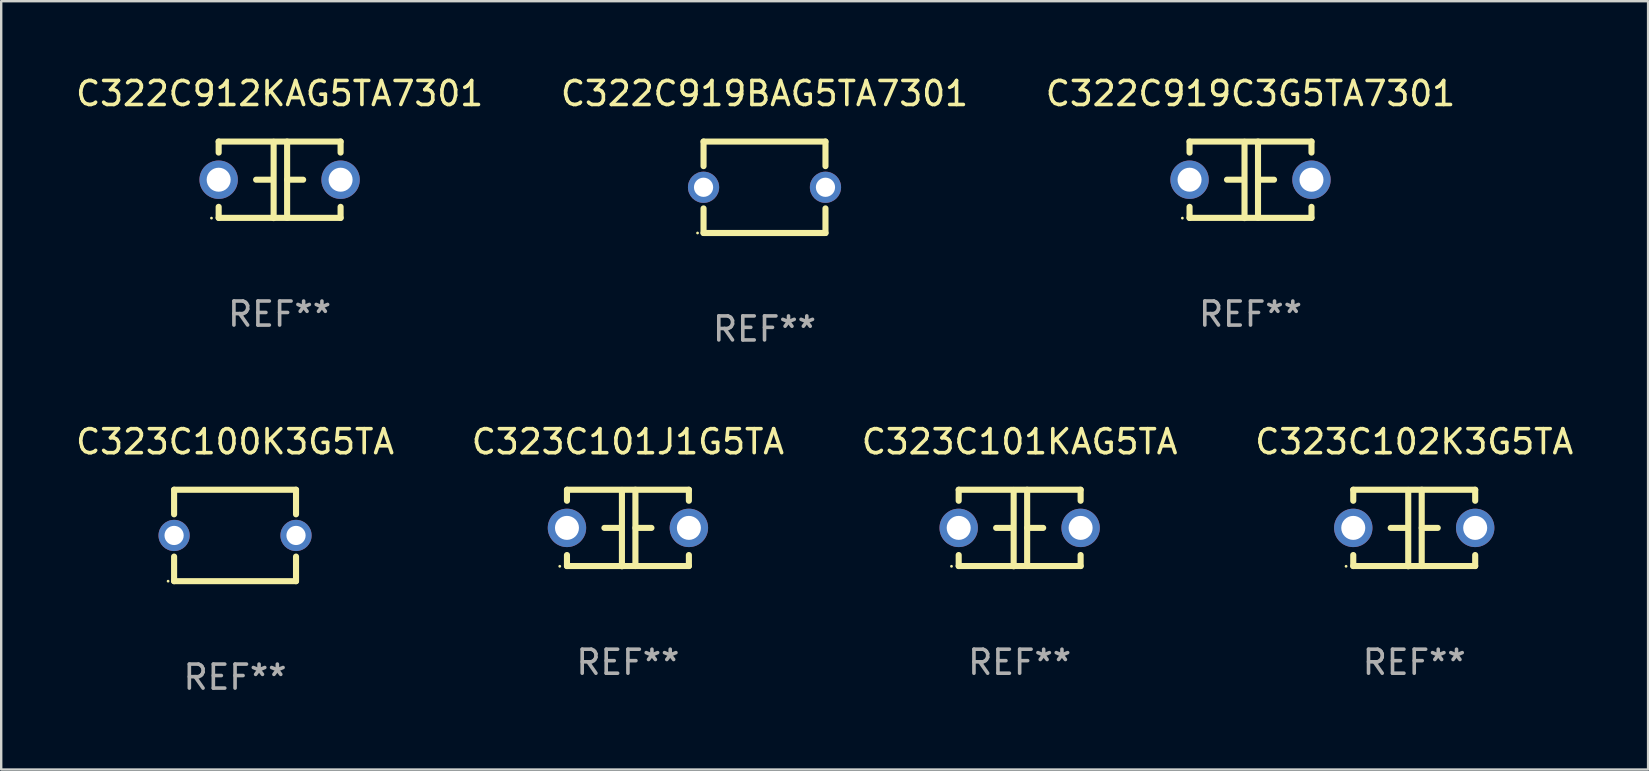
<source format=kicad_pcb>
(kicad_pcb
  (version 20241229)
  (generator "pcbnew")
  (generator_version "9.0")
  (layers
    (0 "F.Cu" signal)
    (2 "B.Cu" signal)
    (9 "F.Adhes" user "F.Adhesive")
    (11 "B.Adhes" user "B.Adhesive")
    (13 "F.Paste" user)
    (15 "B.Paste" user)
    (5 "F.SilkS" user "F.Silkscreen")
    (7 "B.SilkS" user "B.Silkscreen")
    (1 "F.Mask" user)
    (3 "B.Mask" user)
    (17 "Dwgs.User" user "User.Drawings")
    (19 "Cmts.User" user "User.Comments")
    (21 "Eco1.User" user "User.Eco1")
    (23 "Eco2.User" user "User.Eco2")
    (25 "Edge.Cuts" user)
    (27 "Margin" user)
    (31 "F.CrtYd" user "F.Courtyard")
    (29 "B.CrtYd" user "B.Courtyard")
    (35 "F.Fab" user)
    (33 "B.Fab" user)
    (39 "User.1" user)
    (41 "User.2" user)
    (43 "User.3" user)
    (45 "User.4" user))
  (footprint "C322C919C3G5TA7301"
    (layer "F.Cu")
    (at 49.054 4.443)
    (property "Reference" "C322C919C3G5TA7301" (at 0 -3.595 0) (layer "F.SilkS") (effects (font (size 1 1) (thickness 0.15))))
    (attr through_hole)
    (fp_line (start -2.54 -1.595) (end -2.54 -1.136) (stroke (width 0.254) (type solid)) (layer "F.SilkS"))
    (fp_line (start -2.54 -1.595) (end 2.54 -1.595) (stroke (width 0.254) (type solid)) (layer "F.SilkS"))
    (fp_line (start -2.54 1.126) (end -2.54 1.585) (stroke (width 0.254) (type solid)) (layer "F.SilkS"))
    (fp_line (start -0.312 -0.005) (end -0.98 -0.005) (stroke (width 0.254) (type solid)) (layer "F.SilkS"))
    (fp_line (start -0.25 -1.585) (end -0.25 1.595) (stroke (width 0.254) (type solid)) (layer "F.SilkS"))
    (fp_line (start 0.312 -1.595) (end 0.312 1.585) (stroke (width 0.254) (type solid)) (layer "F.SilkS"))
    (fp_line (start 0.312 -0.005) (end 0.98 -0.005) (stroke (width 0.254) (type solid)) (layer "F.SilkS"))
    (fp_line (start 2.54 -1.595) (end 2.54 -1.136) (stroke (width 0.254) (type solid)) (layer "F.SilkS"))
    (fp_line (start 2.54 1.126) (end 2.54 1.585) (stroke (width 0.254) (type solid)) (layer "F.SilkS"))
    (fp_line (start 2.54 1.585) (end -2.54 1.585) (stroke (width 0.254) (type solid)) (layer "F.SilkS"))
    (fp_circle (center -2.84 1.595) (end -2.81 1.595) (stroke (width 0.06) (type solid)) (fill no) (layer "F.SilkS"))
    (fp_text user "REF**" (at 0 5.595 0) (layer "F.Fab") (effects (font (size 1 1) (thickness 0.15))))
    (pad "1" thru_hole circle (at -2.54 -0.005) (size 1.6 1.6) (drill 1) (layers "*.Cu" "*.Mask"))
    (pad "2" thru_hole circle (at 2.54 -0.005) (size 1.6 1.6) (drill 1) (layers "*.Cu" "*.Mask")))
  (footprint "C323C101KAG5TA"
    (layer "F.Cu")
    (at 39.435 18.95)
    (property "Reference" "C323C101KAG5TA" (at 0 -3.595 0) (layer "F.SilkS") (effects (font (size 1 1) (thickness 0.15))))
    (attr through_hole)
    (fp_line (start -2.54 -1.595) (end -2.54 -1.136) (stroke (width 0.254) (type solid)) (layer "F.SilkS"))
    (fp_line (start -2.54 -1.595) (end 2.54 -1.595) (stroke (width 0.254) (type solid)) (layer "F.SilkS"))
    (fp_line (start -2.54 1.126) (end -2.54 1.585) (stroke (width 0.254) (type solid)) (layer "F.SilkS"))
    (fp_line (start -0.312 -0.005) (end -0.98 -0.005) (stroke (width 0.254) (type solid)) (layer "F.SilkS"))
    (fp_line (start -0.25 -1.585) (end -0.25 1.595) (stroke (width 0.254) (type solid)) (layer "F.SilkS"))
    (fp_line (start 0.312 -1.595) (end 0.312 1.585) (stroke (width 0.254) (type solid)) (layer "F.SilkS"))
    (fp_line (start 0.312 -0.005) (end 0.98 -0.005) (stroke (width 0.254) (type solid)) (layer "F.SilkS"))
    (fp_line (start 2.54 -1.595) (end 2.54 -1.136) (stroke (width 0.254) (type solid)) (layer "F.SilkS"))
    (fp_line (start 2.54 1.126) (end 2.54 1.585) (stroke (width 0.254) (type solid)) (layer "F.SilkS"))
    (fp_line (start 2.54 1.585) (end -2.54 1.585) (stroke (width 0.254) (type solid)) (layer "F.SilkS"))
    (fp_circle (center -2.84 1.595) (end -2.81 1.595) (stroke (width 0.06) (type solid)) (fill no) (layer "F.SilkS"))
    (fp_text user "REF**" (at 0 5.595 0) (layer "F.Fab") (effects (font (size 1 1) (thickness 0.15))))
    (pad "1" thru_hole circle (at -2.54 -0.005) (size 1.6 1.6) (drill 1) (layers "*.Cu" "*.Mask"))
    (pad "2" thru_hole circle (at 2.54 -0.005) (size 1.6 1.6) (drill 1) (layers "*.Cu" "*.Mask")))
  (footprint "C323C102K3G5TA"
    (layer "F.Cu")
    (at 55.875 18.95)
    (property "Reference" "C323C102K3G5TA" (at 0 -3.595 0) (layer "F.SilkS") (effects (font (size 1 1) (thickness 0.15))))
    (attr through_hole)
    (fp_line (start -2.54 -1.595) (end -2.54 -1.136) (stroke (width 0.254) (type solid)) (layer "F.SilkS"))
    (fp_line (start -2.54 -1.595) (end 2.54 -1.595) (stroke (width 0.254) (type solid)) (layer "F.SilkS"))
    (fp_line (start -2.54 1.126) (end -2.54 1.585) (stroke (width 0.254) (type solid)) (layer "F.SilkS"))
    (fp_line (start -0.312 -0.005) (end -0.98 -0.005) (stroke (width 0.254) (type solid)) (layer "F.SilkS"))
    (fp_line (start -0.25 -1.585) (end -0.25 1.595) (stroke (width 0.254) (type solid)) (layer "F.SilkS"))
    (fp_line (start 0.312 -1.595) (end 0.312 1.585) (stroke (width 0.254) (type solid)) (layer "F.SilkS"))
    (fp_line (start 0.312 -0.005) (end 0.98 -0.005) (stroke (width 0.254) (type solid)) (layer "F.SilkS"))
    (fp_line (start 2.54 -1.595) (end 2.54 -1.136) (stroke (width 0.254) (type solid)) (layer "F.SilkS"))
    (fp_line (start 2.54 1.126) (end 2.54 1.585) (stroke (width 0.254) (type solid)) (layer "F.SilkS"))
    (fp_line (start 2.54 1.585) (end -2.54 1.585) (stroke (width 0.254) (type solid)) (layer "F.SilkS"))
    (fp_circle (center -2.84 1.595) (end -2.81 1.595) (stroke (width 0.06) (type solid)) (fill no) (layer "F.SilkS"))
    (fp_text user "REF**" (at 0 5.595 0) (layer "F.Fab") (effects (font (size 1 1) (thickness 0.15))))
    (pad "1" thru_hole circle (at -2.54 -0.005) (size 1.6 1.6) (drill 1) (layers "*.Cu" "*.Mask"))
    (pad "2" thru_hole circle (at 2.54 -0.005) (size 1.6 1.6) (drill 1) (layers "*.Cu" "*.Mask")))
  (footprint "C322C912KAG5TA7301"
    (layer "F.Cu")
    (at 8.601 4.443)
    (property "Reference" "C322C912KAG5TA7301" (at 0 -3.595 0) (layer "F.SilkS") (effects (font (size 1 1) (thickness 0.15))))
    (attr through_hole)
    (fp_line (start -2.54 -1.595) (end -2.54 -1.136) (stroke (width 0.254) (type solid)) (layer "F.SilkS"))
    (fp_line (start -2.54 -1.595) (end 2.54 -1.595) (stroke (width 0.254) (type solid)) (layer "F.SilkS"))
    (fp_line (start -2.54 1.126) (end -2.54 1.585) (stroke (width 0.254) (type solid)) (layer "F.SilkS"))
    (fp_line (start -0.312 -0.005) (end -0.98 -0.005) (stroke (width 0.254) (type solid)) (layer "F.SilkS"))
    (fp_line (start -0.25 -1.585) (end -0.25 1.595) (stroke (width 0.254) (type solid)) (layer "F.SilkS"))
    (fp_line (start 0.312 -1.595) (end 0.312 1.585) (stroke (width 0.254) (type solid)) (layer "F.SilkS"))
    (fp_line (start 0.312 -0.005) (end 0.98 -0.005) (stroke (width 0.254) (type solid)) (layer "F.SilkS"))
    (fp_line (start 2.54 -1.595) (end 2.54 -1.136) (stroke (width 0.254) (type solid)) (layer "F.SilkS"))
    (fp_line (start 2.54 1.126) (end 2.54 1.585) (stroke (width 0.254) (type solid)) (layer "F.SilkS"))
    (fp_line (start 2.54 1.585) (end -2.54 1.585) (stroke (width 0.254) (type solid)) (layer "F.SilkS"))
    (fp_circle (center -2.84 1.595) (end -2.81 1.595) (stroke (width 0.06) (type solid)) (fill no) (layer "F.SilkS"))
    (fp_text user "REF**" (at 0 5.595 0) (layer "F.Fab") (effects (font (size 1 1) (thickness 0.15))))
    (pad "1" thru_hole circle (at -2.54 -0.005) (size 1.6 1.6) (drill 1) (layers "*.Cu" "*.Mask"))
    (pad "2" thru_hole circle (at 2.54 -0.005) (size 1.6 1.6) (drill 1) (layers "*.Cu" "*.Mask")))
  (footprint "C323C100K3G5TA"
    (layer "F.Cu")
    (at 6.744 19.26)
    (property "Reference" "C323C100K3G5TA" (at 0 -3.905 0) (layer "F.SilkS") (effects (font (size 1 1) (thickness 0.15))))
    (attr through_hole)
    (fp_line (start -2.54 -1.905) (end -2.54 -0.881) (stroke (width 0.254) (type solid)) (layer "F.SilkS"))
    (fp_line (start -2.54 0.881) (end -2.54 1.905) (stroke (width 0.254) (type solid)) (layer "F.SilkS"))
    (fp_line (start -2.54 1.905) (end 2.54 1.905) (stroke (width 0.254) (type solid)) (layer "F.SilkS"))
    (fp_line (start 2.54 -1.905) (end -2.54 -1.905) (stroke (width 0.254) (type solid)) (layer "F.SilkS"))
    (fp_line (start 2.54 -0.881) (end 2.54 -1.905) (stroke (width 0.254) (type solid)) (layer "F.SilkS"))
    (fp_line (start 2.54 1.905) (end 2.54 0.881) (stroke (width 0.254) (type solid)) (layer "F.SilkS"))
    (fp_circle (center -2.79 1.905) (end -2.76 1.905) (stroke (width 0.06) (type solid)) (fill no) (layer "F.SilkS"))
    (fp_text user "REF**" (at 0 5.905 0) (layer "F.Fab") (effects (font (size 1 1) (thickness 0.15))))
    (pad "1" thru_hole circle (at -2.54 0) (size 1.3 1.3) (drill 0.8) (layers "*.Cu" "*.Mask"))
    (pad "2" thru_hole circle (at 2.54 0) (size 1.3 1.3) (drill 0.8) (layers "*.Cu" "*.Mask")))
  (footprint "C322C919BAG5TA7301"
    (layer "F.Cu")
    (at 28.804 4.753)
    (property "Reference" "C322C919BAG5TA7301" (at 0 -3.905 0) (layer "F.SilkS") (effects (font (size 1 1) (thickness 0.15))))
    (attr through_hole)
    (fp_line (start -2.54 -1.905) (end -2.54 -0.881) (stroke (width 0.254) (type solid)) (layer "F.SilkS"))
    (fp_line (start -2.54 0.881) (end -2.54 1.905) (stroke (width 0.254) (type solid)) (layer "F.SilkS"))
    (fp_line (start -2.54 1.905) (end 2.54 1.905) (stroke (width 0.254) (type solid)) (layer "F.SilkS"))
    (fp_line (start 2.54 -1.905) (end -2.54 -1.905) (stroke (width 0.254) (type solid)) (layer "F.SilkS"))
    (fp_line (start 2.54 -0.881) (end 2.54 -1.905) (stroke (width 0.254) (type solid)) (layer "F.SilkS"))
    (fp_line (start 2.54 1.905) (end 2.54 0.881) (stroke (width 0.254) (type solid)) (layer "F.SilkS"))
    (fp_circle (center -2.79 1.905) (end -2.76 1.905) (stroke (width 0.06) (type solid)) (fill no) (layer "F.SilkS"))
    (fp_text user "REF**" (at 0 5.905 0) (layer "F.Fab") (effects (font (size 1 1) (thickness 0.15))))
    (pad "1" thru_hole circle (at -2.54 0) (size 1.3 1.3) (drill 0.8) (layers "*.Cu" "*.Mask"))
    (pad "2" thru_hole circle (at 2.54 0) (size 1.3 1.3) (drill 0.8) (layers "*.Cu" "*.Mask")))
  (footprint "C323C101J1G5TA"
    (layer "F.Cu")
    (at 23.113 18.95)
    (property "Reference" "C323C101J1G5TA" (at 0 -3.595 0) (layer "F.SilkS") (effects (font (size 1 1) (thickness 0.15))))
    (attr through_hole)
    (fp_line (start -2.54 -1.595) (end -2.54 -1.136) (stroke (width 0.254) (type solid)) (layer "F.SilkS"))
    (fp_line (start -2.54 -1.595) (end 2.54 -1.595) (stroke (width 0.254) (type solid)) (layer "F.SilkS"))
    (fp_line (start -2.54 1.126) (end -2.54 1.585) (stroke (width 0.254) (type solid)) (layer "F.SilkS"))
    (fp_line (start -0.312 -0.005) (end -0.98 -0.005) (stroke (width 0.254) (type solid)) (layer "F.SilkS"))
    (fp_line (start -0.25 -1.585) (end -0.25 1.595) (stroke (width 0.254) (type solid)) (layer "F.SilkS"))
    (fp_line (start 0.312 -1.595) (end 0.312 1.585) (stroke (width 0.254) (type solid)) (layer "F.SilkS"))
    (fp_line (start 0.312 -0.005) (end 0.98 -0.005) (stroke (width 0.254) (type solid)) (layer "F.SilkS"))
    (fp_line (start 2.54 -1.595) (end 2.54 -1.136) (stroke (width 0.254) (type solid)) (layer "F.SilkS"))
    (fp_line (start 2.54 1.126) (end 2.54 1.585) (stroke (width 0.254) (type solid)) (layer "F.SilkS"))
    (fp_line (start 2.54 1.585) (end -2.54 1.585) (stroke (width 0.254) (type solid)) (layer "F.SilkS"))
    (fp_circle (center -2.84 1.595) (end -2.81 1.595) (stroke (width 0.06) (type solid)) (fill no) (layer "F.SilkS"))
    (fp_text user "REF**" (at 0 5.595 0) (layer "F.Fab") (effects (font (size 1 1) (thickness 0.15))))
    (pad "1" thru_hole circle (at -2.54 -0.005) (size 1.6 1.6) (drill 1) (layers "*.Cu" "*.Mask"))
    (pad "2" thru_hole circle (at 2.54 -0.005) (size 1.6 1.6) (drill 1) (layers "*.Cu" "*.Mask")))
  (gr_rect
    (start -3 -3)
    (end 65.619 29.013)
    (stroke (width 0.1) (type default))
    (fill no)
    (layer "Edge.Cuts")))
</source>
